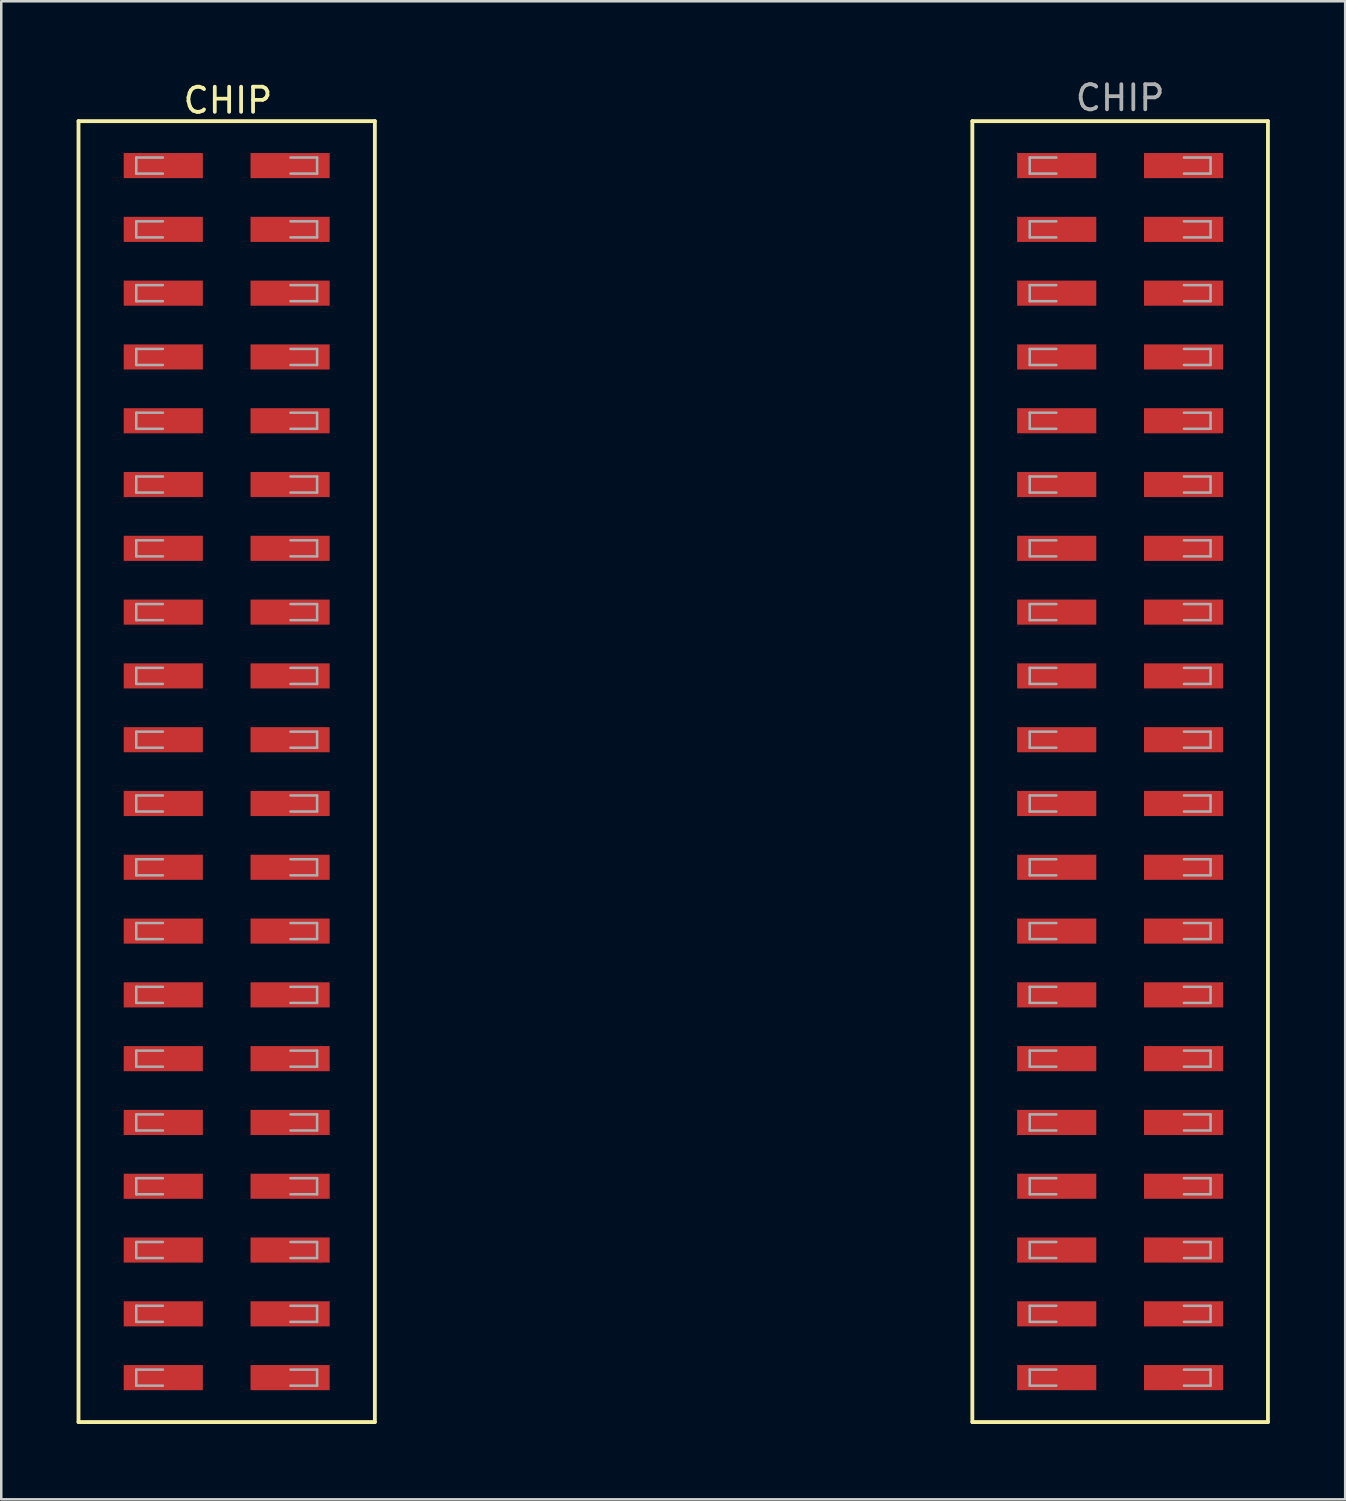
<source format=kicad_pcb>
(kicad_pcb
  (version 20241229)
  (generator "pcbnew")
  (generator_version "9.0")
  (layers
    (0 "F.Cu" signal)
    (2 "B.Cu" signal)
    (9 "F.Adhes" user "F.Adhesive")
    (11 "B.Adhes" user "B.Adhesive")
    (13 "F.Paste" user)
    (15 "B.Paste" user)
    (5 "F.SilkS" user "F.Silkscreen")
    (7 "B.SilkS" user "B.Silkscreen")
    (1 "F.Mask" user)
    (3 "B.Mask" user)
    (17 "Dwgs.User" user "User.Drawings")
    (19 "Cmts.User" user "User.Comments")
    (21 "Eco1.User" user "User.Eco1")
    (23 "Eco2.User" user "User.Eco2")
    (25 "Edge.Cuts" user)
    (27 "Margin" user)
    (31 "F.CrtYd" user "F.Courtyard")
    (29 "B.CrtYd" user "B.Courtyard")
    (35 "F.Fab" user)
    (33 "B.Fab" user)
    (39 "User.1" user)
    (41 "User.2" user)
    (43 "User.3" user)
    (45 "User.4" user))
  (footprint "CHIP"
    (layer "F.Cu")
    (at 5.976 53.073)
    (property "Reference" "CHIP" (at 0.05 -52.125 0) (layer "F.SilkS") (effects (font (size 1 1) (thickness 0.15))))
    (attr smd)
    (fp_line (start -5.9 -51.3) (end -5.9 0.5) (stroke (width 0.152) (type solid)) (layer "F.SilkS"))
    (fp_line (start -5.9 0.5) (end 5.9 0.5) (stroke (width 0.152) (type solid)) (layer "F.SilkS"))
    (fp_line (start 5.9 -51.3) (end -5.9 -51.3) (stroke (width 0.152) (type solid)) (layer "F.SilkS"))
    (fp_line (start 5.9 0.5) (end 5.9 -51.3) (stroke (width 0.152) (type solid)) (layer "F.SilkS"))
    (fp_line (start 29.69 -51.3) (end 29.69 0.5) (stroke (width 0.152) (type solid)) (layer "F.SilkS"))
    (fp_line (start 29.69 0.5) (end 41.46 0.5) (stroke (width 0.152) (type solid)) (layer "F.SilkS"))
    (fp_line (start 41.46 -51.3) (end 29.69 -51.3) (stroke (width 0.152) (type solid)) (layer "F.SilkS"))
    (fp_line (start 41.46 -51.3) (end 41.46 0.5) (stroke (width 0.152) (type solid)) (layer "F.SilkS"))
    (fp_line (start -3.6 -49.85) (end -3.6 -49.21) (stroke (width 0.1) (type solid)) (layer "F.Fab"))
    (fp_line (start -3.6 -49.21) (end -2.54 -49.21) (stroke (width 0.1) (type solid)) (layer "F.Fab"))
    (fp_line (start -3.6 -47.31) (end -3.6 -46.67) (stroke (width 0.1) (type solid)) (layer "F.Fab"))
    (fp_line (start -3.6 -46.67) (end -2.54 -46.67) (stroke (width 0.1) (type solid)) (layer "F.Fab"))
    (fp_line (start -3.6 -44.77) (end -3.6 -44.13) (stroke (width 0.1) (type solid)) (layer "F.Fab"))
    (fp_line (start -3.6 -44.13) (end -2.54 -44.13) (stroke (width 0.1) (type solid)) (layer "F.Fab"))
    (fp_line (start -3.6 -42.23) (end -3.6 -41.59) (stroke (width 0.1) (type solid)) (layer "F.Fab"))
    (fp_line (start -3.6 -41.59) (end -2.54 -41.59) (stroke (width 0.1) (type solid)) (layer "F.Fab"))
    (fp_line (start -3.6 -39.69) (end -3.6 -39.05) (stroke (width 0.1) (type solid)) (layer "F.Fab"))
    (fp_line (start -3.6 -39.05) (end -2.54 -39.05) (stroke (width 0.1) (type solid)) (layer "F.Fab"))
    (fp_line (start -3.6 -37.15) (end -3.6 -36.51) (stroke (width 0.1) (type solid)) (layer "F.Fab"))
    (fp_line (start -3.6 -36.51) (end -2.54 -36.51) (stroke (width 0.1) (type solid)) (layer "F.Fab"))
    (fp_line (start -3.6 -34.61) (end -3.6 -33.97) (stroke (width 0.1) (type solid)) (layer "F.Fab"))
    (fp_line (start -3.6 -33.97) (end -2.54 -33.97) (stroke (width 0.1) (type solid)) (layer "F.Fab"))
    (fp_line (start -3.6 -32.07) (end -3.6 -31.43) (stroke (width 0.1) (type solid)) (layer "F.Fab"))
    (fp_line (start -3.6 -31.43) (end -2.54 -31.43) (stroke (width 0.1) (type solid)) (layer "F.Fab"))
    (fp_line (start -3.6 -29.53) (end -3.6 -28.89) (stroke (width 0.1) (type solid)) (layer "F.Fab"))
    (fp_line (start -3.6 -28.89) (end -2.54 -28.89) (stroke (width 0.1) (type solid)) (layer "F.Fab"))
    (fp_line (start -3.6 -26.99) (end -3.6 -26.35) (stroke (width 0.1) (type solid)) (layer "F.Fab"))
    (fp_line (start -3.6 -26.35) (end -2.54 -26.35) (stroke (width 0.1) (type solid)) (layer "F.Fab"))
    (fp_line (start -3.6 -24.45) (end -3.6 -23.81) (stroke (width 0.1) (type solid)) (layer "F.Fab"))
    (fp_line (start -3.6 -23.81) (end -2.54 -23.81) (stroke (width 0.1) (type solid)) (layer "F.Fab"))
    (fp_line (start -3.6 -21.91) (end -3.6 -21.27) (stroke (width 0.1) (type solid)) (layer "F.Fab"))
    (fp_line (start -3.6 -21.27) (end -2.54 -21.27) (stroke (width 0.1) (type solid)) (layer "F.Fab"))
    (fp_line (start -3.6 -19.37) (end -3.6 -18.73) (stroke (width 0.1) (type solid)) (layer "F.Fab"))
    (fp_line (start -3.6 -18.73) (end -2.54 -18.73) (stroke (width 0.1) (type solid)) (layer "F.Fab"))
    (fp_line (start -3.6 -16.83) (end -3.6 -16.19) (stroke (width 0.1) (type solid)) (layer "F.Fab"))
    (fp_line (start -3.6 -16.19) (end -2.54 -16.19) (stroke (width 0.1) (type solid)) (layer "F.Fab"))
    (fp_line (start -3.6 -14.29) (end -3.6 -13.65) (stroke (width 0.1) (type solid)) (layer "F.Fab"))
    (fp_line (start -3.6 -13.65) (end -2.54 -13.65) (stroke (width 0.1) (type solid)) (layer "F.Fab"))
    (fp_line (start -3.6 -11.75) (end -3.6 -11.11) (stroke (width 0.1) (type solid)) (layer "F.Fab"))
    (fp_line (start -3.6 -11.11) (end -2.54 -11.11) (stroke (width 0.1) (type solid)) (layer "F.Fab"))
    (fp_line (start -3.6 -9.21) (end -3.6 -8.57) (stroke (width 0.1) (type solid)) (layer "F.Fab"))
    (fp_line (start -3.6 -8.57) (end -2.54 -8.57) (stroke (width 0.1) (type solid)) (layer "F.Fab"))
    (fp_line (start -3.6 -6.67) (end -3.6 -6.03) (stroke (width 0.1) (type solid)) (layer "F.Fab"))
    (fp_line (start -3.6 -6.03) (end -2.54 -6.03) (stroke (width 0.1) (type solid)) (layer "F.Fab"))
    (fp_line (start -3.6 -4.13) (end -3.6 -3.49) (stroke (width 0.1) (type solid)) (layer "F.Fab"))
    (fp_line (start -3.6 -3.49) (end -2.54 -3.49) (stroke (width 0.1) (type solid)) (layer "F.Fab"))
    (fp_line (start -3.6 -1.59) (end -3.6 -0.95) (stroke (width 0.1) (type solid)) (layer "F.Fab"))
    (fp_line (start -3.6 -0.95) (end -2.54 -0.95) (stroke (width 0.1) (type solid)) (layer "F.Fab"))
    (fp_line (start -2.54 -49.85) (end -3.6 -49.85) (stroke (width 0.1) (type solid)) (layer "F.Fab"))
    (fp_line (start -2.54 -47.31) (end -3.6 -47.31) (stroke (width 0.1) (type solid)) (layer "F.Fab"))
    (fp_line (start -2.54 -44.77) (end -3.6 -44.77) (stroke (width 0.1) (type solid)) (layer "F.Fab"))
    (fp_line (start -2.54 -42.23) (end -3.6 -42.23) (stroke (width 0.1) (type solid)) (layer "F.Fab"))
    (fp_line (start -2.54 -39.69) (end -3.6 -39.69) (stroke (width 0.1) (type solid)) (layer "F.Fab"))
    (fp_line (start -2.54 -37.15) (end -3.6 -37.15) (stroke (width 0.1) (type solid)) (layer "F.Fab"))
    (fp_line (start -2.54 -34.61) (end -3.6 -34.61) (stroke (width 0.1) (type solid)) (layer "F.Fab"))
    (fp_line (start -2.54 -32.07) (end -3.6 -32.07) (stroke (width 0.1) (type solid)) (layer "F.Fab"))
    (fp_line (start -2.54 -29.53) (end -3.6 -29.53) (stroke (width 0.1) (type solid)) (layer "F.Fab"))
    (fp_line (start -2.54 -26.99) (end -3.6 -26.99) (stroke (width 0.1) (type solid)) (layer "F.Fab"))
    (fp_line (start -2.54 -24.45) (end -3.6 -24.45) (stroke (width 0.1) (type solid)) (layer "F.Fab"))
    (fp_line (start -2.54 -21.91) (end -3.6 -21.91) (stroke (width 0.1) (type solid)) (layer "F.Fab"))
    (fp_line (start -2.54 -19.37) (end -3.6 -19.37) (stroke (width 0.1) (type solid)) (layer "F.Fab"))
    (fp_line (start -2.54 -16.83) (end -3.6 -16.83) (stroke (width 0.1) (type solid)) (layer "F.Fab"))
    (fp_line (start -2.54 -14.29) (end -3.6 -14.29) (stroke (width 0.1) (type solid)) (layer "F.Fab"))
    (fp_line (start -2.54 -11.75) (end -3.6 -11.75) (stroke (width 0.1) (type solid)) (layer "F.Fab"))
    (fp_line (start -2.54 -9.21) (end -3.6 -9.21) (stroke (width 0.1) (type solid)) (layer "F.Fab"))
    (fp_line (start -2.54 -6.67) (end -3.6 -6.67) (stroke (width 0.1) (type solid)) (layer "F.Fab"))
    (fp_line (start -2.54 -4.13) (end -3.6 -4.13) (stroke (width 0.1) (type solid)) (layer "F.Fab"))
    (fp_line (start -2.54 -1.59) (end -3.6 -1.59) (stroke (width 0.1) (type solid)) (layer "F.Fab"))
    (fp_line (start 2.54 -49.85) (end 3.6 -49.85) (stroke (width 0.1) (type solid)) (layer "F.Fab"))
    (fp_line (start 2.54 -47.31) (end 3.6 -47.31) (stroke (width 0.1) (type solid)) (layer "F.Fab"))
    (fp_line (start 2.54 -44.77) (end 3.6 -44.77) (stroke (width 0.1) (type solid)) (layer "F.Fab"))
    (fp_line (start 2.54 -42.23) (end 3.6 -42.23) (stroke (width 0.1) (type solid)) (layer "F.Fab"))
    (fp_line (start 2.54 -39.69) (end 3.6 -39.69) (stroke (width 0.1) (type solid)) (layer "F.Fab"))
    (fp_line (start 2.54 -37.15) (end 3.6 -37.15) (stroke (width 0.1) (type solid)) (layer "F.Fab"))
    (fp_line (start 2.54 -34.61) (end 3.6 -34.61) (stroke (width 0.1) (type solid)) (layer "F.Fab"))
    (fp_line (start 2.54 -32.07) (end 3.6 -32.07) (stroke (width 0.1) (type solid)) (layer "F.Fab"))
    (fp_line (start 2.54 -29.53) (end 3.6 -29.53) (stroke (width 0.1) (type solid)) (layer "F.Fab"))
    (fp_line (start 2.54 -26.99) (end 3.6 -26.99) (stroke (width 0.1) (type solid)) (layer "F.Fab"))
    (fp_line (start 2.54 -24.45) (end 3.6 -24.45) (stroke (width 0.1) (type solid)) (layer "F.Fab"))
    (fp_line (start 2.54 -21.91) (end 3.6 -21.91) (stroke (width 0.1) (type solid)) (layer "F.Fab"))
    (fp_line (start 2.54 -19.37) (end 3.6 -19.37) (stroke (width 0.1) (type solid)) (layer "F.Fab"))
    (fp_line (start 2.54 -16.83) (end 3.6 -16.83) (stroke (width 0.1) (type solid)) (layer "F.Fab"))
    (fp_line (start 2.54 -14.29) (end 3.6 -14.29) (stroke (width 0.1) (type solid)) (layer "F.Fab"))
    (fp_line (start 2.54 -11.75) (end 3.6 -11.75) (stroke (width 0.1) (type solid)) (layer "F.Fab"))
    (fp_line (start 2.54 -9.21) (end 3.6 -9.21) (stroke (width 0.1) (type solid)) (layer "F.Fab"))
    (fp_line (start 2.54 -6.67) (end 3.6 -6.67) (stroke (width 0.1) (type solid)) (layer "F.Fab"))
    (fp_line (start 2.54 -4.13) (end 3.6 -4.13) (stroke (width 0.1) (type solid)) (layer "F.Fab"))
    (fp_line (start 2.54 -1.59) (end 3.6 -1.59) (stroke (width 0.1) (type solid)) (layer "F.Fab"))
    (fp_line (start 3.6 -49.85) (end 3.6 -49.21) (stroke (width 0.1) (type solid)) (layer "F.Fab"))
    (fp_line (start 3.6 -49.21) (end 2.54 -49.21) (stroke (width 0.1) (type solid)) (layer "F.Fab"))
    (fp_line (start 3.6 -47.31) (end 3.6 -46.67) (stroke (width 0.1) (type solid)) (layer "F.Fab"))
    (fp_line (start 3.6 -46.67) (end 2.54 -46.67) (stroke (width 0.1) (type solid)) (layer "F.Fab"))
    (fp_line (start 3.6 -44.77) (end 3.6 -44.13) (stroke (width 0.1) (type solid)) (layer "F.Fab"))
    (fp_line (start 3.6 -44.13) (end 2.54 -44.13) (stroke (width 0.1) (type solid)) (layer "F.Fab"))
    (fp_line (start 3.6 -42.23) (end 3.6 -41.59) (stroke (width 0.1) (type solid)) (layer "F.Fab"))
    (fp_line (start 3.6 -41.59) (end 2.54 -41.59) (stroke (width 0.1) (type solid)) (layer "F.Fab"))
    (fp_line (start 3.6 -39.69) (end 3.6 -39.05) (stroke (width 0.1) (type solid)) (layer "F.Fab"))
    (fp_line (start 3.6 -39.05) (end 2.54 -39.05) (stroke (width 0.1) (type solid)) (layer "F.Fab"))
    (fp_line (start 3.6 -37.15) (end 3.6 -36.51) (stroke (width 0.1) (type solid)) (layer "F.Fab"))
    (fp_line (start 3.6 -36.51) (end 2.54 -36.51) (stroke (width 0.1) (type solid)) (layer "F.Fab"))
    (fp_line (start 3.6 -34.61) (end 3.6 -33.97) (stroke (width 0.1) (type solid)) (layer "F.Fab"))
    (fp_line (start 3.6 -33.97) (end 2.54 -33.97) (stroke (width 0.1) (type solid)) (layer "F.Fab"))
    (fp_line (start 3.6 -32.07) (end 3.6 -31.43) (stroke (width 0.1) (type solid)) (layer "F.Fab"))
    (fp_line (start 3.6 -31.43) (end 2.54 -31.43) (stroke (width 0.1) (type solid)) (layer "F.Fab"))
    (fp_line (start 3.6 -29.53) (end 3.6 -28.89) (stroke (width 0.1) (type solid)) (layer "F.Fab"))
    (fp_line (start 3.6 -28.89) (end 2.54 -28.89) (stroke (width 0.1) (type solid)) (layer "F.Fab"))
    (fp_line (start 3.6 -26.99) (end 3.6 -26.35) (stroke (width 0.1) (type solid)) (layer "F.Fab"))
    (fp_line (start 3.6 -26.35) (end 2.54 -26.35) (stroke (width 0.1) (type solid)) (layer "F.Fab"))
    (fp_line (start 3.6 -24.45) (end 3.6 -23.81) (stroke (width 0.1) (type solid)) (layer "F.Fab"))
    (fp_line (start 3.6 -23.81) (end 2.54 -23.81) (stroke (width 0.1) (type solid)) (layer "F.Fab"))
    (fp_line (start 3.6 -21.91) (end 3.6 -21.27) (stroke (width 0.1) (type solid)) (layer "F.Fab"))
    (fp_line (start 3.6 -21.27) (end 2.54 -21.27) (stroke (width 0.1) (type solid)) (layer "F.Fab"))
    (fp_line (start 3.6 -19.37) (end 3.6 -18.73) (stroke (width 0.1) (type solid)) (layer "F.Fab"))
    (fp_line (start 3.6 -18.73) (end 2.54 -18.73) (stroke (width 0.1) (type solid)) (layer "F.Fab"))
    (fp_line (start 3.6 -16.83) (end 3.6 -16.19) (stroke (width 0.1) (type solid)) (layer "F.Fab"))
    (fp_line (start 3.6 -16.19) (end 2.54 -16.19) (stroke (width 0.1) (type solid)) (layer "F.Fab"))
    (fp_line (start 3.6 -14.29) (end 3.6 -13.65) (stroke (width 0.1) (type solid)) (layer "F.Fab"))
    (fp_line (start 3.6 -13.65) (end 2.54 -13.65) (stroke (width 0.1) (type solid)) (layer "F.Fab"))
    (fp_line (start 3.6 -11.75) (end 3.6 -11.11) (stroke (width 0.1) (type solid)) (layer "F.Fab"))
    (fp_line (start 3.6 -11.11) (end 2.54 -11.11) (stroke (width 0.1) (type solid)) (layer "F.Fab"))
    (fp_line (start 3.6 -9.21) (end 3.6 -8.57) (stroke (width 0.1) (type solid)) (layer "F.Fab"))
    (fp_line (start 3.6 -8.57) (end 2.54 -8.57) (stroke (width 0.1) (type solid)) (layer "F.Fab"))
    (fp_line (start 3.6 -6.67) (end 3.6 -6.03) (stroke (width 0.1) (type solid)) (layer "F.Fab"))
    (fp_line (start 3.6 -6.03) (end 2.54 -6.03) (stroke (width 0.1) (type solid)) (layer "F.Fab"))
    (fp_line (start 3.6 -4.13) (end 3.6 -3.49) (stroke (width 0.1) (type solid)) (layer "F.Fab"))
    (fp_line (start 3.6 -3.49) (end 2.54 -3.49) (stroke (width 0.1) (type solid)) (layer "F.Fab"))
    (fp_line (start 3.6 -1.59) (end 3.6 -0.95) (stroke (width 0.1) (type solid)) (layer "F.Fab"))
    (fp_line (start 3.6 -0.95) (end 2.54 -0.95) (stroke (width 0.1) (type solid)) (layer "F.Fab"))
    (fp_line (start 31.975 -49.85) (end 31.975 -49.21) (stroke (width 0.1) (type solid)) (layer "F.Fab"))
    (fp_line (start 31.975 -49.21) (end 33.035 -49.21) (stroke (width 0.1) (type solid)) (layer "F.Fab"))
    (fp_line (start 31.975 -47.31) (end 31.975 -46.67) (stroke (width 0.1) (type solid)) (layer "F.Fab"))
    (fp_line (start 31.975 -46.67) (end 33.035 -46.67) (stroke (width 0.1) (type solid)) (layer "F.Fab"))
    (fp_line (start 31.975 -44.77) (end 31.975 -44.13) (stroke (width 0.1) (type solid)) (layer "F.Fab"))
    (fp_line (start 31.975 -44.13) (end 33.035 -44.13) (stroke (width 0.1) (type solid)) (layer "F.Fab"))
    (fp_line (start 31.975 -42.23) (end 31.975 -41.59) (stroke (width 0.1) (type solid)) (layer "F.Fab"))
    (fp_line (start 31.975 -41.59) (end 33.035 -41.59) (stroke (width 0.1) (type solid)) (layer "F.Fab"))
    (fp_line (start 31.975 -39.69) (end 31.975 -39.05) (stroke (width 0.1) (type solid)) (layer "F.Fab"))
    (fp_line (start 31.975 -39.05) (end 33.035 -39.05) (stroke (width 0.1) (type solid)) (layer "F.Fab"))
    (fp_line (start 31.975 -37.15) (end 31.975 -36.51) (stroke (width 0.1) (type solid)) (layer "F.Fab"))
    (fp_line (start 31.975 -36.51) (end 33.035 -36.51) (stroke (width 0.1) (type solid)) (layer "F.Fab"))
    (fp_line (start 31.975 -34.61) (end 31.975 -33.97) (stroke (width 0.1) (type solid)) (layer "F.Fab"))
    (fp_line (start 31.975 -33.97) (end 33.035 -33.97) (stroke (width 0.1) (type solid)) (layer "F.Fab"))
    (fp_line (start 31.975 -32.07) (end 31.975 -31.43) (stroke (width 0.1) (type solid)) (layer "F.Fab"))
    (fp_line (start 31.975 -31.43) (end 33.035 -31.43) (stroke (width 0.1) (type solid)) (layer "F.Fab"))
    (fp_line (start 31.975 -29.53) (end 31.975 -28.89) (stroke (width 0.1) (type solid)) (layer "F.Fab"))
    (fp_line (start 31.975 -28.89) (end 33.035 -28.89) (stroke (width 0.1) (type solid)) (layer "F.Fab"))
    (fp_line (start 31.975 -26.99) (end 31.975 -26.35) (stroke (width 0.1) (type solid)) (layer "F.Fab"))
    (fp_line (start 31.975 -26.35) (end 33.035 -26.35) (stroke (width 0.1) (type solid)) (layer "F.Fab"))
    (fp_line (start 31.975 -24.45) (end 31.975 -23.81) (stroke (width 0.1) (type solid)) (layer "F.Fab"))
    (fp_line (start 31.975 -23.81) (end 33.035 -23.81) (stroke (width 0.1) (type solid)) (layer "F.Fab"))
    (fp_line (start 31.975 -21.91) (end 31.975 -21.27) (stroke (width 0.1) (type solid)) (layer "F.Fab"))
    (fp_line (start 31.975 -21.27) (end 33.035 -21.27) (stroke (width 0.1) (type solid)) (layer "F.Fab"))
    (fp_line (start 31.975 -19.37) (end 31.975 -18.73) (stroke (width 0.1) (type solid)) (layer "F.Fab"))
    (fp_line (start 31.975 -18.73) (end 33.035 -18.73) (stroke (width 0.1) (type solid)) (layer "F.Fab"))
    (fp_line (start 31.975 -16.83) (end 31.975 -16.19) (stroke (width 0.1) (type solid)) (layer "F.Fab"))
    (fp_line (start 31.975 -16.19) (end 33.035 -16.19) (stroke (width 0.1) (type solid)) (layer "F.Fab"))
    (fp_line (start 31.975 -14.29) (end 31.975 -13.65) (stroke (width 0.1) (type solid)) (layer "F.Fab"))
    (fp_line (start 31.975 -13.65) (end 33.035 -13.65) (stroke (width 0.1) (type solid)) (layer "F.Fab"))
    (fp_line (start 31.975 -11.75) (end 31.975 -11.11) (stroke (width 0.1) (type solid)) (layer "F.Fab"))
    (fp_line (start 31.975 -11.11) (end 33.035 -11.11) (stroke (width 0.1) (type solid)) (layer "F.Fab"))
    (fp_line (start 31.975 -9.21) (end 31.975 -8.57) (stroke (width 0.1) (type solid)) (layer "F.Fab"))
    (fp_line (start 31.975 -8.57) (end 33.035 -8.57) (stroke (width 0.1) (type solid)) (layer "F.Fab"))
    (fp_line (start 31.975 -6.67) (end 31.975 -6.03) (stroke (width 0.1) (type solid)) (layer "F.Fab"))
    (fp_line (start 31.975 -6.03) (end 33.035 -6.03) (stroke (width 0.1) (type solid)) (layer "F.Fab"))
    (fp_line (start 31.975 -4.13) (end 31.975 -3.49) (stroke (width 0.1) (type solid)) (layer "F.Fab"))
    (fp_line (start 31.975 -3.49) (end 33.035 -3.49) (stroke (width 0.1) (type solid)) (layer "F.Fab"))
    (fp_line (start 31.975 -1.59) (end 31.975 -0.95) (stroke (width 0.1) (type solid)) (layer "F.Fab"))
    (fp_line (start 31.975 -0.95) (end 33.035 -0.95) (stroke (width 0.1) (type solid)) (layer "F.Fab"))
    (fp_line (start 33.035 -49.85) (end 31.975 -49.85) (stroke (width 0.1) (type solid)) (layer "F.Fab"))
    (fp_line (start 33.035 -47.31) (end 31.975 -47.31) (stroke (width 0.1) (type solid)) (layer "F.Fab"))
    (fp_line (start 33.035 -44.77) (end 31.975 -44.77) (stroke (width 0.1) (type solid)) (layer "F.Fab"))
    (fp_line (start 33.035 -42.23) (end 31.975 -42.23) (stroke (width 0.1) (type solid)) (layer "F.Fab"))
    (fp_line (start 33.035 -39.69) (end 31.975 -39.69) (stroke (width 0.1) (type solid)) (layer "F.Fab"))
    (fp_line (start 33.035 -37.15) (end 31.975 -37.15) (stroke (width 0.1) (type solid)) (layer "F.Fab"))
    (fp_line (start 33.035 -34.61) (end 31.975 -34.61) (stroke (width 0.1) (type solid)) (layer "F.Fab"))
    (fp_line (start 33.035 -32.07) (end 31.975 -32.07) (stroke (width 0.1) (type solid)) (layer "F.Fab"))
    (fp_line (start 33.035 -29.53) (end 31.975 -29.53) (stroke (width 0.1) (type solid)) (layer "F.Fab"))
    (fp_line (start 33.035 -26.99) (end 31.975 -26.99) (stroke (width 0.1) (type solid)) (layer "F.Fab"))
    (fp_line (start 33.035 -24.45) (end 31.975 -24.45) (stroke (width 0.1) (type solid)) (layer "F.Fab"))
    (fp_line (start 33.035 -21.91) (end 31.975 -21.91) (stroke (width 0.1) (type solid)) (layer "F.Fab"))
    (fp_line (start 33.035 -19.37) (end 31.975 -19.37) (stroke (width 0.1) (type solid)) (layer "F.Fab"))
    (fp_line (start 33.035 -16.83) (end 31.975 -16.83) (stroke (width 0.1) (type solid)) (layer "F.Fab"))
    (fp_line (start 33.035 -14.29) (end 31.975 -14.29) (stroke (width 0.1) (type solid)) (layer "F.Fab"))
    (fp_line (start 33.035 -11.75) (end 31.975 -11.75) (stroke (width 0.1) (type solid)) (layer "F.Fab"))
    (fp_line (start 33.035 -9.21) (end 31.975 -9.21) (stroke (width 0.1) (type solid)) (layer "F.Fab"))
    (fp_line (start 33.035 -6.67) (end 31.975 -6.67) (stroke (width 0.1) (type solid)) (layer "F.Fab"))
    (fp_line (start 33.035 -4.13) (end 31.975 -4.13) (stroke (width 0.1) (type solid)) (layer "F.Fab"))
    (fp_line (start 33.035 -1.59) (end 31.975 -1.59) (stroke (width 0.1) (type solid)) (layer "F.Fab"))
    (fp_line (start 38.115 -49.85) (end 39.175 -49.85) (stroke (width 0.1) (type solid)) (layer "F.Fab"))
    (fp_line (start 38.115 -47.31) (end 39.175 -47.31) (stroke (width 0.1) (type solid)) (layer "F.Fab"))
    (fp_line (start 38.115 -44.77) (end 39.175 -44.77) (stroke (width 0.1) (type solid)) (layer "F.Fab"))
    (fp_line (start 38.115 -42.23) (end 39.175 -42.23) (stroke (width 0.1) (type solid)) (layer "F.Fab"))
    (fp_line (start 38.115 -39.69) (end 39.175 -39.69) (stroke (width 0.1) (type solid)) (layer "F.Fab"))
    (fp_line (start 38.115 -37.15) (end 39.175 -37.15) (stroke (width 0.1) (type solid)) (layer "F.Fab"))
    (fp_line (start 38.115 -34.61) (end 39.175 -34.61) (stroke (width 0.1) (type solid)) (layer "F.Fab"))
    (fp_line (start 38.115 -32.07) (end 39.175 -32.07) (stroke (width 0.1) (type solid)) (layer "F.Fab"))
    (fp_line (start 38.115 -29.53) (end 39.175 -29.53) (stroke (width 0.1) (type solid)) (layer "F.Fab"))
    (fp_line (start 38.115 -26.99) (end 39.175 -26.99) (stroke (width 0.1) (type solid)) (layer "F.Fab"))
    (fp_line (start 38.115 -24.45) (end 39.175 -24.45) (stroke (width 0.1) (type solid)) (layer "F.Fab"))
    (fp_line (start 38.115 -21.91) (end 39.175 -21.91) (stroke (width 0.1) (type solid)) (layer "F.Fab"))
    (fp_line (start 38.115 -19.37) (end 39.175 -19.37) (stroke (width 0.1) (type solid)) (layer "F.Fab"))
    (fp_line (start 38.115 -16.83) (end 39.175 -16.83) (stroke (width 0.1) (type solid)) (layer "F.Fab"))
    (fp_line (start 38.115 -14.29) (end 39.175 -14.29) (stroke (width 0.1) (type solid)) (layer "F.Fab"))
    (fp_line (start 38.115 -11.75) (end 39.175 -11.75) (stroke (width 0.1) (type solid)) (layer "F.Fab"))
    (fp_line (start 38.115 -9.21) (end 39.175 -9.21) (stroke (width 0.1) (type solid)) (layer "F.Fab"))
    (fp_line (start 38.115 -6.67) (end 39.175 -6.67) (stroke (width 0.1) (type solid)) (layer "F.Fab"))
    (fp_line (start 38.115 -4.13) (end 39.175 -4.13) (stroke (width 0.1) (type solid)) (layer "F.Fab"))
    (fp_line (start 38.115 -1.59) (end 39.175 -1.59) (stroke (width 0.1) (type solid)) (layer "F.Fab"))
    (fp_line (start 39.175 -49.85) (end 39.175 -49.21) (stroke (width 0.1) (type solid)) (layer "F.Fab"))
    (fp_line (start 39.175 -49.21) (end 38.115 -49.21) (stroke (width 0.1) (type solid)) (layer "F.Fab"))
    (fp_line (start 39.175 -47.31) (end 39.175 -46.67) (stroke (width 0.1) (type solid)) (layer "F.Fab"))
    (fp_line (start 39.175 -46.67) (end 38.115 -46.67) (stroke (width 0.1) (type solid)) (layer "F.Fab"))
    (fp_line (start 39.175 -44.77) (end 39.175 -44.13) (stroke (width 0.1) (type solid)) (layer "F.Fab"))
    (fp_line (start 39.175 -44.13) (end 38.115 -44.13) (stroke (width 0.1) (type solid)) (layer "F.Fab"))
    (fp_line (start 39.175 -42.23) (end 39.175 -41.59) (stroke (width 0.1) (type solid)) (layer "F.Fab"))
    (fp_line (start 39.175 -41.59) (end 38.115 -41.59) (stroke (width 0.1) (type solid)) (layer "F.Fab"))
    (fp_line (start 39.175 -39.69) (end 39.175 -39.05) (stroke (width 0.1) (type solid)) (layer "F.Fab"))
    (fp_line (start 39.175 -39.05) (end 38.115 -39.05) (stroke (width 0.1) (type solid)) (layer "F.Fab"))
    (fp_line (start 39.175 -37.15) (end 39.175 -36.51) (stroke (width 0.1) (type solid)) (layer "F.Fab"))
    (fp_line (start 39.175 -36.51) (end 38.115 -36.51) (stroke (width 0.1) (type solid)) (layer "F.Fab"))
    (fp_line (start 39.175 -34.61) (end 39.175 -33.97) (stroke (width 0.1) (type solid)) (layer "F.Fab"))
    (fp_line (start 39.175 -33.97) (end 38.115 -33.97) (stroke (width 0.1) (type solid)) (layer "F.Fab"))
    (fp_line (start 39.175 -32.07) (end 39.175 -31.43) (stroke (width 0.1) (type solid)) (layer "F.Fab"))
    (fp_line (start 39.175 -31.43) (end 38.115 -31.43) (stroke (width 0.1) (type solid)) (layer "F.Fab"))
    (fp_line (start 39.175 -29.53) (end 39.175 -28.89) (stroke (width 0.1) (type solid)) (layer "F.Fab"))
    (fp_line (start 39.175 -28.89) (end 38.115 -28.89) (stroke (width 0.1) (type solid)) (layer "F.Fab"))
    (fp_line (start 39.175 -26.99) (end 39.175 -26.35) (stroke (width 0.1) (type solid)) (layer "F.Fab"))
    (fp_line (start 39.175 -26.35) (end 38.115 -26.35) (stroke (width 0.1) (type solid)) (layer "F.Fab"))
    (fp_line (start 39.175 -24.45) (end 39.175 -23.81) (stroke (width 0.1) (type solid)) (layer "F.Fab"))
    (fp_line (start 39.175 -23.81) (end 38.115 -23.81) (stroke (width 0.1) (type solid)) (layer "F.Fab"))
    (fp_line (start 39.175 -21.91) (end 39.175 -21.27) (stroke (width 0.1) (type solid)) (layer "F.Fab"))
    (fp_line (start 39.175 -21.27) (end 38.115 -21.27) (stroke (width 0.1) (type solid)) (layer "F.Fab"))
    (fp_line (start 39.175 -19.37) (end 39.175 -18.73) (stroke (width 0.1) (type solid)) (layer "F.Fab"))
    (fp_line (start 39.175 -18.73) (end 38.115 -18.73) (stroke (width 0.1) (type solid)) (layer "F.Fab"))
    (fp_line (start 39.175 -16.83) (end 39.175 -16.19) (stroke (width 0.1) (type solid)) (layer "F.Fab"))
    (fp_line (start 39.175 -16.19) (end 38.115 -16.19) (stroke (width 0.1) (type solid)) (layer "F.Fab"))
    (fp_line (start 39.175 -14.29) (end 39.175 -13.65) (stroke (width 0.1) (type solid)) (layer "F.Fab"))
    (fp_line (start 39.175 -13.65) (end 38.115 -13.65) (stroke (width 0.1) (type solid)) (layer "F.Fab"))
    (fp_line (start 39.175 -11.75) (end 39.175 -11.11) (stroke (width 0.1) (type solid)) (layer "F.Fab"))
    (fp_line (start 39.175 -11.11) (end 38.115 -11.11) (stroke (width 0.1) (type solid)) (layer "F.Fab"))
    (fp_line (start 39.175 -9.21) (end 39.175 -8.57) (stroke (width 0.1) (type solid)) (layer "F.Fab"))
    (fp_line (start 39.175 -8.57) (end 38.115 -8.57) (stroke (width 0.1) (type solid)) (layer "F.Fab"))
    (fp_line (start 39.175 -6.67) (end 39.175 -6.03) (stroke (width 0.1) (type solid)) (layer "F.Fab"))
    (fp_line (start 39.175 -6.03) (end 38.115 -6.03) (stroke (width 0.1) (type solid)) (layer "F.Fab"))
    (fp_line (start 39.175 -4.13) (end 39.175 -3.49) (stroke (width 0.1) (type solid)) (layer "F.Fab"))
    (fp_line (start 39.175 -3.49) (end 38.115 -3.49) (stroke (width 0.1) (type solid)) (layer "F.Fab"))
    (fp_line (start 39.175 -1.59) (end 39.175 -0.95) (stroke (width 0.1) (type solid)) (layer "F.Fab"))
    (fp_line (start 39.175 -0.95) (end 38.115 -0.95) (stroke (width 0.1) (type solid)) (layer "F.Fab"))
    (fp_text user "${REFERENCE}" (at 35.575 -52.225 180) (layer "F.Fab") (effects (font (size 1 1) (thickness 0.15))))
    (pad "1" smd rect (at -2.525 -49.53) (size 3.15 1) (layers "F.Cu" "F.Mask" "F.Paste"))
    (pad "2" smd rect (at 2.525 -49.53) (size 3.15 1) (layers "F.Cu" "F.Mask" "F.Paste"))
    (pad "3" smd rect (at -2.525 -46.99) (size 3.15 1) (layers "F.Cu" "F.Mask" "F.Paste"))
    (pad "4" smd rect (at 2.525 -46.99) (size 3.15 1) (layers "F.Cu" "F.Mask" "F.Paste"))
    (pad "5" smd rect (at -2.525 -44.45) (size 3.15 1) (layers "F.Cu" "F.Mask" "F.Paste"))
    (pad "6" smd rect (at 2.525 -44.45) (size 3.15 1) (layers "F.Cu" "F.Mask" "F.Paste"))
    (pad "7" smd rect (at -2.525 -41.91) (size 3.15 1) (layers "F.Cu" "F.Mask" "F.Paste"))
    (pad "8" smd rect (at 2.525 -41.91) (size 3.15 1) (layers "F.Cu" "F.Mask" "F.Paste"))
    (pad "9" smd rect (at -2.525 -39.37) (size 3.15 1) (layers "F.Cu" "F.Mask" "F.Paste"))
    (pad "10" smd rect (at 2.525 -39.37) (size 3.15 1) (layers "F.Cu" "F.Mask" "F.Paste"))
    (pad "11" smd rect (at -2.525 -36.83) (size 3.15 1) (layers "F.Cu" "F.Mask" "F.Paste"))
    (pad "12" smd rect (at 2.525 -36.83) (size 3.15 1) (layers "F.Cu" "F.Mask" "F.Paste"))
    (pad "13" smd rect (at -2.525 -34.29) (size 3.15 1) (layers "F.Cu" "F.Mask" "F.Paste"))
    (pad "14" smd rect (at 2.525 -34.29) (size 3.15 1) (layers "F.Cu" "F.Mask" "F.Paste"))
    (pad "15" smd rect (at -2.525 -31.75) (size 3.15 1) (layers "F.Cu" "F.Mask" "F.Paste"))
    (pad "16" smd rect (at 2.525 -31.75) (size 3.15 1) (layers "F.Cu" "F.Mask" "F.Paste"))
    (pad "17" smd rect (at -2.525 -29.21) (size 3.15 1) (layers "F.Cu" "F.Mask" "F.Paste"))
    (pad "18" smd rect (at 2.525 -29.21) (size 3.15 1) (layers "F.Cu" "F.Mask" "F.Paste"))
    (pad "19" smd rect (at -2.525 -26.67) (size 3.15 1) (layers "F.Cu" "F.Mask" "F.Paste"))
    (pad "20" smd rect (at 2.525 -26.67) (size 3.15 1) (layers "F.Cu" "F.Mask" "F.Paste"))
    (pad "21" smd rect (at -2.525 -24.13) (size 3.15 1) (layers "F.Cu" "F.Mask" "F.Paste"))
    (pad "22" smd rect (at 2.525 -24.13) (size 3.15 1) (layers "F.Cu" "F.Mask" "F.Paste"))
    (pad "23" smd rect (at -2.525 -21.59) (size 3.15 1) (layers "F.Cu" "F.Mask" "F.Paste"))
    (pad "24" smd rect (at 2.525 -21.59) (size 3.15 1) (layers "F.Cu" "F.Mask" "F.Paste"))
    (pad "25" smd rect (at -2.525 -19.05) (size 3.15 1) (layers "F.Cu" "F.Mask" "F.Paste"))
    (pad "26" smd rect (at 2.525 -19.05) (size 3.15 1) (layers "F.Cu" "F.Mask" "F.Paste"))
    (pad "27" smd rect (at -2.525 -16.51) (size 3.15 1) (layers "F.Cu" "F.Mask" "F.Paste"))
    (pad "28" smd rect (at 2.525 -16.51) (size 3.15 1) (layers "F.Cu" "F.Mask" "F.Paste"))
    (pad "29" smd rect (at -2.525 -13.97) (size 3.15 1) (layers "F.Cu" "F.Mask" "F.Paste"))
    (pad "30" smd rect (at 2.525 -13.97) (size 3.15 1) (layers "F.Cu" "F.Mask" "F.Paste"))
    (pad "31" smd rect (at -2.525 -11.43) (size 3.15 1) (layers "F.Cu" "F.Mask" "F.Paste"))
    (pad "32" smd rect (at 2.525 -11.43) (size 3.15 1) (layers "F.Cu" "F.Mask" "F.Paste"))
    (pad "33" smd rect (at -2.525 -8.89) (size 3.15 1) (layers "F.Cu" "F.Mask" "F.Paste"))
    (pad "34" smd rect (at 2.525 -8.89) (size 3.15 1) (layers "F.Cu" "F.Mask" "F.Paste"))
    (pad "35" smd rect (at -2.525 -6.35) (size 3.15 1) (layers "F.Cu" "F.Mask" "F.Paste"))
    (pad "36" smd rect (at 2.525 -6.35) (size 3.15 1) (layers "F.Cu" "F.Mask" "F.Paste"))
    (pad "37" smd rect (at -2.525 -3.81) (size 3.15 1) (layers "F.Cu" "F.Mask" "F.Paste"))
    (pad "38" smd rect (at 2.525 -3.81) (size 3.15 1) (layers "F.Cu" "F.Mask" "F.Paste"))
    (pad "39" smd rect (at -2.525 -1.27) (size 3.15 1) (layers "F.Cu" "F.Mask" "F.Paste"))
    (pad "40" smd rect (at 2.525 -1.27) (size 3.15 1) (layers "F.Cu" "F.Mask" "F.Paste"))
    (pad "41" smd rect (at 33.05 -49.53) (size 3.15 1) (layers "F.Cu" "F.Mask" "F.Paste"))
    (pad "42" smd rect (at 38.1 -49.53) (size 3.15 1) (layers "F.Cu" "F.Mask" "F.Paste"))
    (pad "43" smd rect (at 33.05 -46.99) (size 3.15 1) (layers "F.Cu" "F.Mask" "F.Paste"))
    (pad "44" smd rect (at 38.1 -46.99) (size 3.15 1) (layers "F.Cu" "F.Mask" "F.Paste"))
    (pad "45" smd rect (at 33.05 -44.45) (size 3.15 1) (layers "F.Cu" "F.Mask" "F.Paste"))
    (pad "46" smd rect (at 38.1 -44.45) (size 3.15 1) (layers "F.Cu" "F.Mask" "F.Paste"))
    (pad "47" smd rect (at 33.05 -41.91) (size 3.15 1) (layers "F.Cu" "F.Mask" "F.Paste"))
    (pad "48" smd rect (at 38.1 -41.91) (size 3.15 1) (layers "F.Cu" "F.Mask" "F.Paste"))
    (pad "49" smd rect (at 33.05 -39.37) (size 3.15 1) (layers "F.Cu" "F.Mask" "F.Paste"))
    (pad "50" smd rect (at 38.1 -39.37) (size 3.15 1) (layers "F.Cu" "F.Mask" "F.Paste"))
    (pad "51" smd rect (at 33.05 -36.83) (size 3.15 1) (layers "F.Cu" "F.Mask" "F.Paste"))
    (pad "52" smd rect (at 38.1 -36.83) (size 3.15 1) (layers "F.Cu" "F.Mask" "F.Paste"))
    (pad "53" smd rect (at 33.05 -34.29) (size 3.15 1) (layers "F.Cu" "F.Mask" "F.Paste"))
    (pad "54" smd rect (at 38.1 -34.29) (size 3.15 1) (layers "F.Cu" "F.Mask" "F.Paste"))
    (pad "55" smd rect (at 33.05 -31.75) (size 3.15 1) (layers "F.Cu" "F.Mask" "F.Paste"))
    (pad "56" smd rect (at 38.1 -31.75) (size 3.15 1) (layers "F.Cu" "F.Mask" "F.Paste"))
    (pad "57" smd rect (at 33.05 -29.21) (size 3.15 1) (layers "F.Cu" "F.Mask" "F.Paste"))
    (pad "58" smd rect (at 38.1 -29.21) (size 3.15 1) (layers "F.Cu" "F.Mask" "F.Paste"))
    (pad "59" smd rect (at 33.05 -26.67) (size 3.15 1) (layers "F.Cu" "F.Mask" "F.Paste"))
    (pad "60" smd rect (at 38.1 -26.67) (size 3.15 1) (layers "F.Cu" "F.Mask" "F.Paste"))
    (pad "61" smd rect (at 33.05 -24.13) (size 3.15 1) (layers "F.Cu" "F.Mask" "F.Paste"))
    (pad "62" smd rect (at 38.1 -24.13) (size 3.15 1) (layers "F.Cu" "F.Mask" "F.Paste"))
    (pad "63" smd rect (at 33.05 -21.59) (size 3.15 1) (layers "F.Cu" "F.Mask" "F.Paste"))
    (pad "64" smd rect (at 38.1 -21.59) (size 3.15 1) (layers "F.Cu" "F.Mask" "F.Paste"))
    (pad "65" smd rect (at 33.05 -19.05) (size 3.15 1) (layers "F.Cu" "F.Mask" "F.Paste"))
    (pad "66" smd rect (at 38.1 -19.05) (size 3.15 1) (layers "F.Cu" "F.Mask" "F.Paste"))
    (pad "67" smd rect (at 33.05 -16.51) (size 3.15 1) (layers "F.Cu" "F.Mask" "F.Paste"))
    (pad "68" smd rect (at 38.1 -16.51) (size 3.15 1) (layers "F.Cu" "F.Mask" "F.Paste"))
    (pad "69" smd rect (at 33.05 -13.97) (size 3.15 1) (layers "F.Cu" "F.Mask" "F.Paste"))
    (pad "70" smd rect (at 38.1 -13.97) (size 3.15 1) (layers "F.Cu" "F.Mask" "F.Paste"))
    (pad "71" smd rect (at 33.05 -11.43) (size 3.15 1) (layers "F.Cu" "F.Mask" "F.Paste"))
    (pad "72" smd rect (at 38.1 -11.43) (size 3.15 1) (layers "F.Cu" "F.Mask" "F.Paste"))
    (pad "73" smd rect (at 33.05 -8.89) (size 3.15 1) (layers "F.Cu" "F.Mask" "F.Paste"))
    (pad "74" smd rect (at 38.1 -8.89) (size 3.15 1) (layers "F.Cu" "F.Mask" "F.Paste"))
    (pad "75" smd rect (at 33.05 -6.35) (size 3.15 1) (layers "F.Cu" "F.Mask" "F.Paste"))
    (pad "76" smd rect (at 38.1 -6.35) (size 3.15 1) (layers "F.Cu" "F.Mask" "F.Paste"))
    (pad "77" smd rect (at 33.05 -3.81) (size 3.15 1) (layers "F.Cu" "F.Mask" "F.Paste"))
    (pad "78" smd rect (at 38.1 -3.81) (size 3.15 1) (layers "F.Cu" "F.Mask" "F.Paste"))
    (pad "79" smd rect (at 33.05 -1.27) (size 3.15 1) (layers "F.Cu" "F.Mask" "F.Paste"))
    (pad "80" smd rect (at 38.1 -1.27) (size 3.15 1) (layers "F.Cu" "F.Mask" "F.Paste")))
  (gr_rect
    (start -3 -3)
    (end 50.512 56.649)
    (stroke (width 0.1) (type default))
    (fill no)
    (layer "Edge.Cuts")))
</source>
